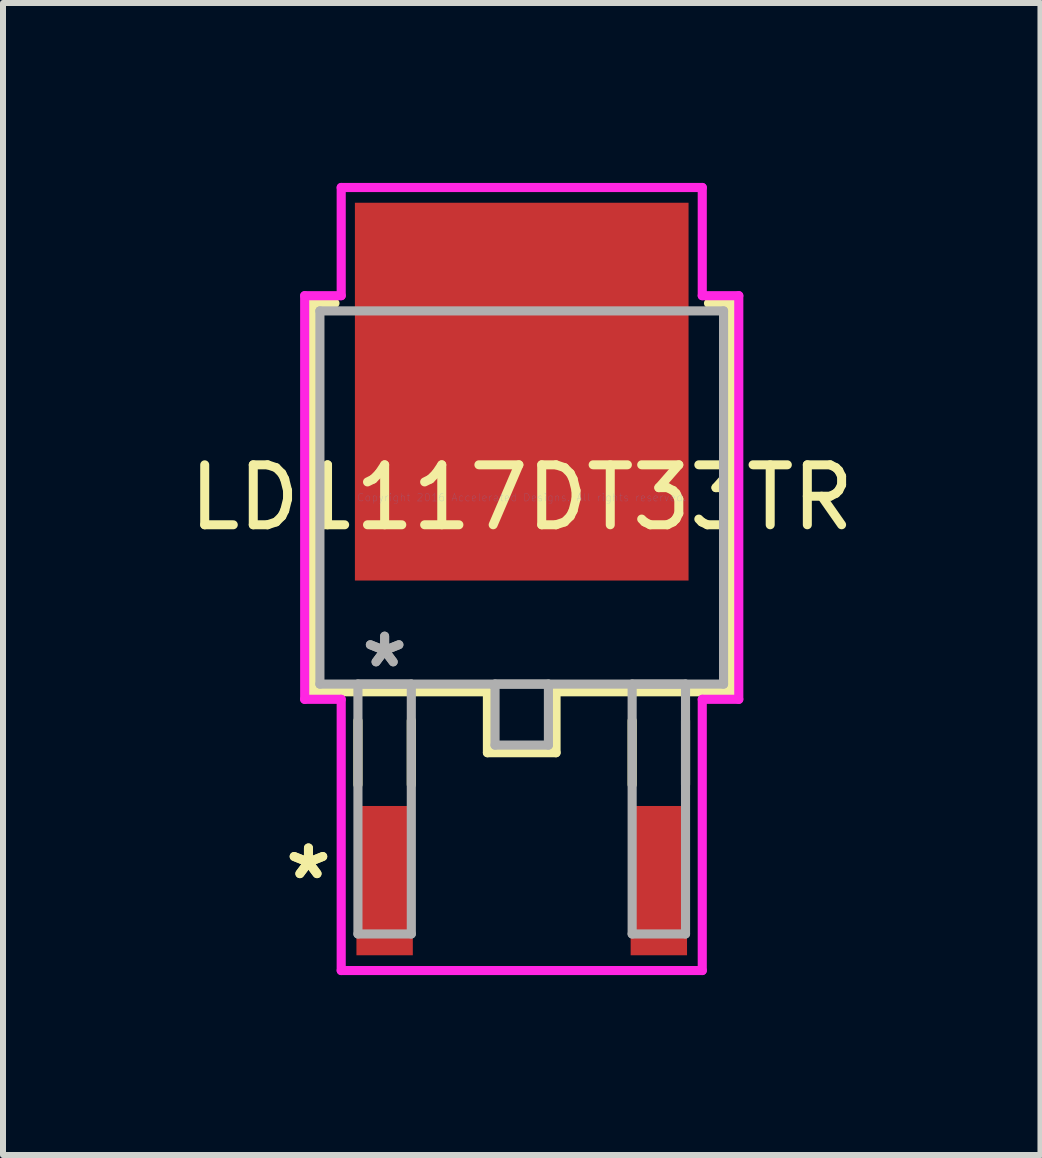
<source format=kicad_pcb>
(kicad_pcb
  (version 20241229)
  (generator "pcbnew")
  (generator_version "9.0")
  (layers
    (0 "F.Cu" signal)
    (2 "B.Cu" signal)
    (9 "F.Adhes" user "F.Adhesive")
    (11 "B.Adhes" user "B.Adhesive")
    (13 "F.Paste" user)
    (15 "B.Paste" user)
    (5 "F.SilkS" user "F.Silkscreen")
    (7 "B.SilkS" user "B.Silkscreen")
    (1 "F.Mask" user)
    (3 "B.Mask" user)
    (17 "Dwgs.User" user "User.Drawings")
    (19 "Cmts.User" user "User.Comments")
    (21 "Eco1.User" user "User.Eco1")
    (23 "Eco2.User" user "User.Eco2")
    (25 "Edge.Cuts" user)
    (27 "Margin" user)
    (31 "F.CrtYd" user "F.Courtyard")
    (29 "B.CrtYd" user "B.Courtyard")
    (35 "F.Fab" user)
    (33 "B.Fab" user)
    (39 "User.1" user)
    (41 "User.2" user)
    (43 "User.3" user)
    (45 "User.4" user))
  (footprint "LD1117DT33TR"
    (layer "F.Cu")
    (at 5.649 5.245)
    (property "Reference" "LD1117DT33TR" (at 0 0 0) (layer "F.SilkS") (effects (font (size 1 1) (thickness 0.15))))
    (attr through_hole)
    (fp_line (start -3.493 -3.239) (end -3.493 3.239) (stroke (width 0.152) (type solid)) (layer "F.SilkS"))
    (fp_line (start -3.493 3.239) (end -0.572 3.239) (stroke (width 0.152) (type solid)) (layer "F.SilkS"))
    (fp_line (start -3.114 -3.239) (end -3.493 -3.239) (stroke (width 0.152) (type solid)) (layer "F.SilkS"))
    (fp_line (start -2.731 3.721) (end -2.731 4.788) (stroke (width 0.152) (type solid)) (layer "F.SilkS"))
    (fp_line (start -1.841 3.721) (end -1.841 4.788) (stroke (width 0.152) (type solid)) (layer "F.SilkS"))
    (fp_line (start -0.572 3.239) (end -0.572 4.255) (stroke (width 0.152) (type solid)) (layer "F.SilkS"))
    (fp_line (start -0.572 4.255) (end 0.572 4.255) (stroke (width 0.152) (type solid)) (layer "F.SilkS"))
    (fp_line (start 0.572 3.239) (end 3.493 3.239) (stroke (width 0.152) (type solid)) (layer "F.SilkS"))
    (fp_line (start 0.572 4.255) (end 0.572 3.239) (stroke (width 0.152) (type solid)) (layer "F.SilkS"))
    (fp_line (start 1.841 3.721) (end 1.841 4.788) (stroke (width 0.152) (type solid)) (layer "F.SilkS"))
    (fp_line (start 2.731 3.721) (end 2.731 4.788) (stroke (width 0.152) (type solid)) (layer "F.SilkS"))
    (fp_line (start 3.493 -3.239) (end 3.114 -3.239) (stroke (width 0.152) (type solid)) (layer "F.SilkS"))
    (fp_line (start 3.493 3.239) (end 3.493 -3.239) (stroke (width 0.152) (type solid)) (layer "F.SilkS"))
    (fp_line (start -3.619 -3.365) (end -3.01 -3.365) (stroke (width 0.152) (type solid)) (layer "F.CrtYd"))
    (fp_line (start -3.619 3.365) (end -3.619 -3.365) (stroke (width 0.152) (type solid)) (layer "F.CrtYd"))
    (fp_line (start -3.01 -5.169) (end 3.01 -5.169) (stroke (width 0.152) (type solid)) (layer "F.CrtYd"))
    (fp_line (start -3.01 -3.365) (end -3.01 -5.169) (stroke (width 0.152) (type solid)) (layer "F.CrtYd"))
    (fp_line (start -3.01 3.365) (end -3.619 3.365) (stroke (width 0.152) (type solid)) (layer "F.CrtYd"))
    (fp_line (start -3.01 7.887) (end -3.01 3.365) (stroke (width 0.152) (type solid)) (layer "F.CrtYd"))
    (fp_line (start 3.01 -5.169) (end 3.01 -3.365) (stroke (width 0.152) (type solid)) (layer "F.CrtYd"))
    (fp_line (start 3.01 -3.365) (end 3.619 -3.365) (stroke (width 0.152) (type solid)) (layer "F.CrtYd"))
    (fp_line (start 3.01 3.365) (end 3.01 7.887) (stroke (width 0.152) (type solid)) (layer "F.CrtYd"))
    (fp_line (start 3.01 7.887) (end -3.01 7.887) (stroke (width 0.152) (type solid)) (layer "F.CrtYd"))
    (fp_line (start 3.619 -3.365) (end 3.619 3.365) (stroke (width 0.152) (type solid)) (layer "F.CrtYd"))
    (fp_line (start 3.619 3.365) (end 3.01 3.365) (stroke (width 0.152) (type solid)) (layer "F.CrtYd"))
    (fp_line (start -3.365 -3.111) (end -3.365 3.111) (stroke (width 0.152) (type solid)) (layer "F.Fab"))
    (fp_line (start -3.365 3.111) (end 3.365 3.111) (stroke (width 0.152) (type solid)) (layer "F.Fab"))
    (fp_line (start -2.731 3.111) (end -2.731 7.277) (stroke (width 0.152) (type solid)) (layer "F.Fab"))
    (fp_line (start -2.731 7.277) (end -1.841 7.277) (stroke (width 0.152) (type solid)) (layer "F.Fab"))
    (fp_line (start -1.841 3.111) (end -2.731 3.111) (stroke (width 0.152) (type solid)) (layer "F.Fab"))
    (fp_line (start -1.841 7.277) (end -1.841 3.111) (stroke (width 0.152) (type solid)) (layer "F.Fab"))
    (fp_line (start -0.445 3.111) (end -0.445 4.128) (stroke (width 0.152) (type solid)) (layer "F.Fab"))
    (fp_line (start -0.445 4.128) (end 0.445 4.128) (stroke (width 0.152) (type solid)) (layer "F.Fab"))
    (fp_line (start 0.445 3.111) (end -0.445 3.111) (stroke (width 0.152) (type solid)) (layer "F.Fab"))
    (fp_line (start 0.445 4.128) (end 0.445 3.111) (stroke (width 0.152) (type solid)) (layer "F.Fab"))
    (fp_line (start 1.841 3.111) (end 1.841 7.277) (stroke (width 0.152) (type solid)) (layer "F.Fab"))
    (fp_line (start 1.841 7.277) (end 2.731 7.277) (stroke (width 0.152) (type solid)) (layer "F.Fab"))
    (fp_line (start 2.731 3.111) (end 1.841 3.111) (stroke (width 0.152) (type solid)) (layer "F.Fab"))
    (fp_line (start 2.731 7.277) (end 2.731 3.111) (stroke (width 0.152) (type solid)) (layer "F.Fab"))
    (fp_line (start 3.365 -3.111) (end -3.365 -3.111) (stroke (width 0.152) (type solid)) (layer "F.Fab"))
    (fp_line (start 3.365 3.111) (end 3.365 -3.111) (stroke (width 0.152) (type solid)) (layer "F.Fab"))
    (fp_text user "*" (at -3.556 6.388 0) (layer "F.SilkS") (effects (font (size 1 1) (thickness 0.15))))
    (fp_text user "*" (at -3.556 6.388 0) (layer "F.SilkS") (effects (font (size 1 1) (thickness 0.15))))
    (fp_text user "Copyright 2016 Accelerated Designs. All rights reserved." (at 0 0 0) (layer "Cmts.User") (effects (font (size 0.127 0.127) (thickness 0.002))))
    (fp_text user "*" (at -2.286 2.857 0) (layer "F.Fab") (effects (font (size 1 1) (thickness 0.15))))
    (fp_text user "*" (at -2.286 2.857 0) (layer "F.Fab") (effects (font (size 1 1) (thickness 0.15))))
    (pad "1" smd rect (at -2.286 6.388) (size 0.94 2.489) (layers "F.Cu" "F.Mask" "F.Paste"))
    (pad "2" smd rect (at 2.286 6.388) (size 0.94 2.489) (layers "F.Cu" "F.Mask" "F.Paste"))
    (pad "3" smd rect (at 0 -1.765) (size 5.563 6.299) (layers "F.Cu" "F.Mask" "F.Paste")))
  (gr_rect
    (start -3 -3)
    (end 14.298 16.208)
    (stroke (width 0.1) (type default))
    (fill no)
    (layer "Edge.Cuts")))
</source>
